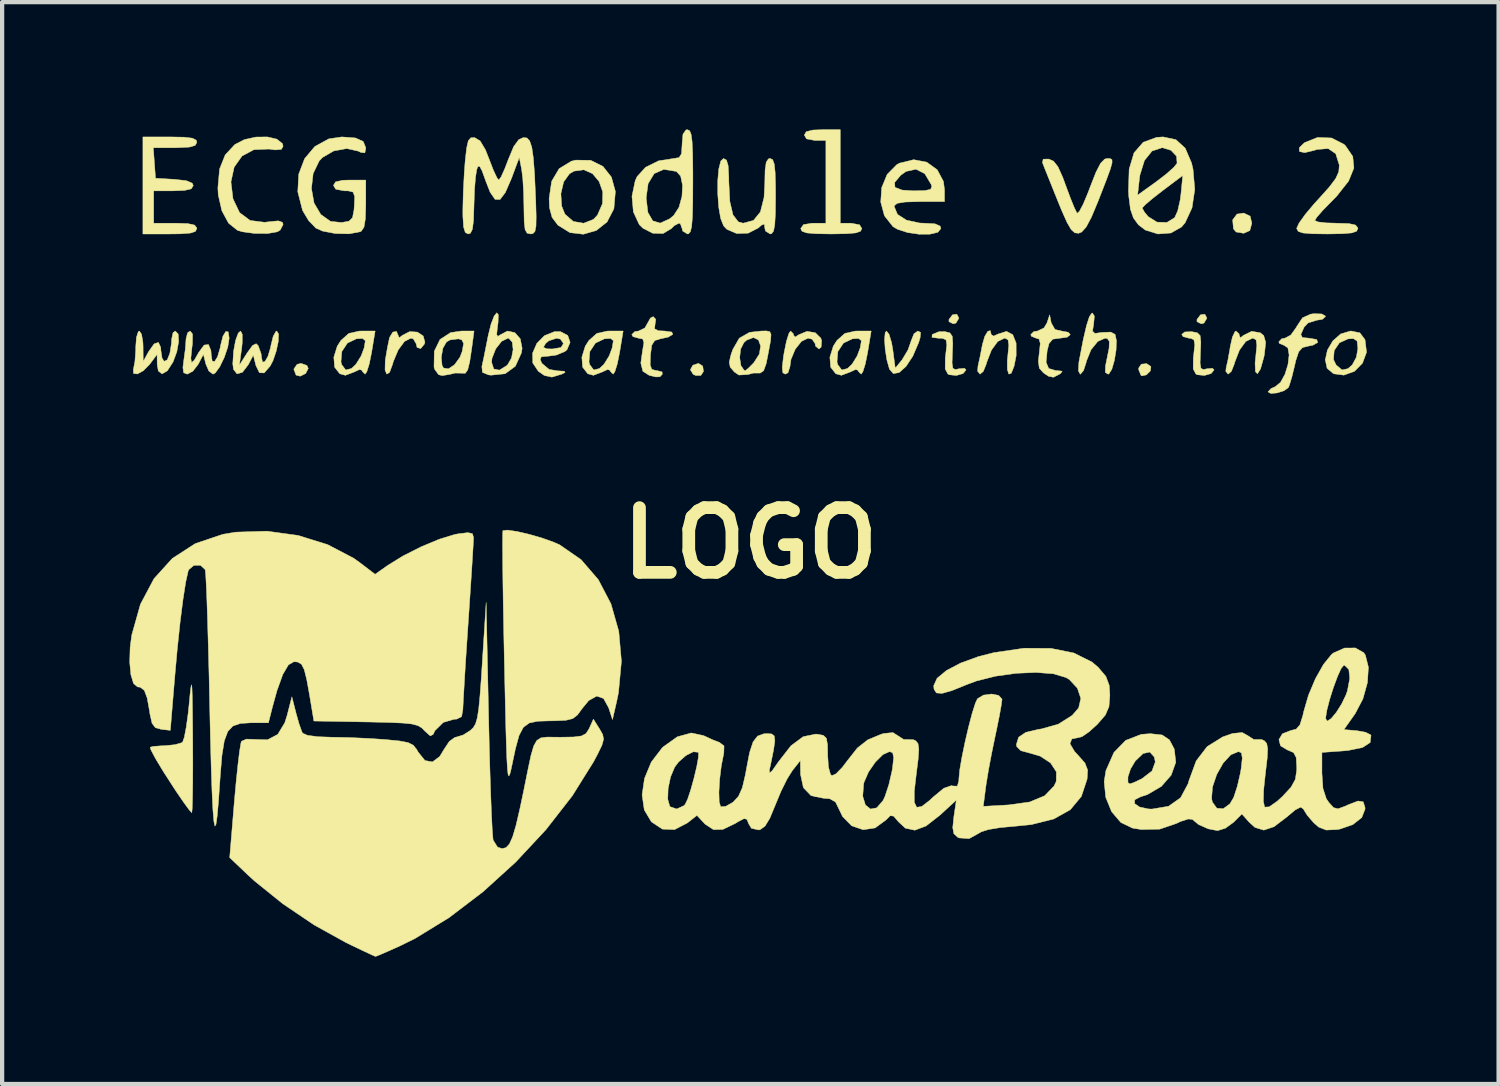
<source format=kicad_pcb>
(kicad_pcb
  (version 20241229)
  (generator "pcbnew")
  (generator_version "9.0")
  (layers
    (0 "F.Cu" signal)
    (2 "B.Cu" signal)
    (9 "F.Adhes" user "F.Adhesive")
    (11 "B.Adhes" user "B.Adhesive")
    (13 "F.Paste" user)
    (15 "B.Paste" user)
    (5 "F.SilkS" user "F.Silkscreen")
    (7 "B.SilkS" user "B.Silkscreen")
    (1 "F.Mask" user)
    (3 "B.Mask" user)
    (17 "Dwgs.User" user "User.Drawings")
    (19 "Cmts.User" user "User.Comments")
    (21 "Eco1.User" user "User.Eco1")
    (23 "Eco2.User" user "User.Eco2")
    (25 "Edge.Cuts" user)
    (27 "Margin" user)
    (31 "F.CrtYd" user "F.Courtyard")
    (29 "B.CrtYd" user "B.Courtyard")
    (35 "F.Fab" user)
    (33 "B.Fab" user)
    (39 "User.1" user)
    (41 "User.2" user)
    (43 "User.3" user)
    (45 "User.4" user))
  (footprint "LOGO"
    (layer "F.Cu")
    (at 14.625 9.742)
    (property "Reference" "LOGO" (at 0 0 0) (layer "F.SilkS") (effects (font (size 1.524 1.524) (thickness 0.3))))
    (attr through_hole)
    (fp_poly (pts (xy 4.911 -5.299) (xy 4.842 -5.182) (xy 4.777 -5.165) (xy 4.678 -5.214) (xy 4.676 -5.265) (xy 4.76 -5.377) (xy 4.862 -5.391) (xy 4.911 -5.299)) (stroke (width 0.01) (type solid)) (fill yes) (layer "F.SilkS"))
    (fp_poly (pts (xy 10.753 -5.299) (xy 10.684 -5.182) (xy 10.619 -5.165) (xy 10.52 -5.214) (xy 10.518 -5.265) (xy 10.602 -5.377) (xy 10.704 -5.391) (xy 10.753 -5.299)) (stroke (width 0.01) (type solid)) (fill yes) (layer "F.SilkS"))
    (fp_poly (pts (xy -10.446 -4.184) (xy -10.414 -4.115) (xy -10.475 -3.995) (xy -10.603 -3.931) (xy -10.702 -3.957) (xy -10.755 -4.097) (xy -10.678 -4.21) (xy -10.583 -4.233) (xy -10.446 -4.184)) (stroke (width 0.01) (type solid)) (fill yes) (layer "F.SilkS"))
    (fp_poly (pts (xy -1.123 -4.17) (xy -1.105 -4.042) (xy -1.168 -3.948) (xy -1.291 -3.949) (xy -1.348 -3.975) (xy -1.414 -4.083) (xy -1.355 -4.19) (xy -1.223 -4.233) (xy -1.123 -4.17)) (stroke (width 0.01) (type solid)) (fill yes) (layer "F.SilkS"))
    (fp_poly (pts (xy 9.434 -4.158) (xy 9.422 -4.056) (xy 9.327 -3.962) (xy 9.221 -3.938) (xy 9.2 -3.952) (xy 9.147 -4.079) (xy 9.144 -4.12) (xy 9.207 -4.214) (xy 9.335 -4.227) (xy 9.434 -4.158)) (stroke (width 0.01) (type solid)) (fill yes) (layer "F.SilkS"))
    (fp_poly (pts (xy 11.771 -7.701) (xy 11.811 -7.535) (xy 11.764 -7.361) (xy 11.62 -7.297) (xy 11.442 -7.327) (xy 11.378 -7.402) (xy 11.359 -7.612) (xy 11.461 -7.749) (xy 11.62 -7.774) (xy 11.771 -7.701)) (stroke (width 0.01) (type solid)) (fill yes) (layer "F.SilkS"))
    (fp_poly (pts (xy 4.009 -4.962) (xy 3.998 -4.837) (xy 3.962 -4.72) (xy 3.825 -4.401) (xy 3.665 -4.16) (xy 3.505 -4.017) (xy 3.367 -3.992) (xy 3.276 -4.096) (xy 3.215 -4.313) (xy 3.175 -4.565) (xy 3.16 -4.797) (xy 3.174 -4.956) (xy 3.205 -4.995) (xy 3.266 -4.919) (xy 3.325 -4.724) (xy 3.354 -4.557) (xy 3.412 -4.12) (xy 3.574 -4.319) (xy 3.713 -4.552) (xy 3.784 -4.757) (xy 3.852 -4.929) (xy 3.943 -4.995) (xy 4.009 -4.962)) (stroke (width 0.01) (type solid)) (fill yes) (layer "F.SilkS"))
    (fp_poly (pts (xy 2.117 -7.535) (xy 2.371 -7.535) (xy 2.572 -7.497) (xy 2.625 -7.408) (xy 2.594 -7.345) (xy 2.482 -7.306) (xy 2.26 -7.287) (xy 1.905 -7.281) (xy 1.545 -7.287) (xy 1.325 -7.306) (xy 1.215 -7.346) (xy 1.185 -7.408) (xy 1.25 -7.502) (xy 1.455 -7.535) (xy 1.482 -7.535) (xy 1.778 -7.535) (xy 1.778 -9.483) (xy 1.524 -9.483) (xy 1.322 -9.521) (xy 1.27 -9.61) (xy 1.315 -9.69) (xy 1.472 -9.729) (xy 1.693 -9.737) (xy 2.117 -9.737) (xy 2.117 -7.535)) (stroke (width 0.01) (type solid)) (fill yes) (layer "F.SilkS"))
    (fp_poly (pts (xy 10.527 -4.954) (xy 10.593 -4.888) (xy 10.61 -4.736) (xy 10.601 -4.502) (xy 10.592 -4.243) (xy 10.611 -4.117) (xy 10.671 -4.087) (xy 10.749 -4.105) (xy 10.885 -4.117) (xy 10.922 -4.08) (xy 10.852 -3.993) (xy 10.694 -3.948) (xy 10.529 -3.965) (xy 10.495 -3.981) (xy 10.43 -4.101) (xy 10.432 -4.351) (xy 10.442 -4.437) (xy 10.467 -4.674) (xy 10.447 -4.789) (xy 10.37 -4.824) (xy 10.328 -4.826) (xy 10.191 -4.864) (xy 10.16 -4.916) (xy 10.232 -4.973) (xy 10.393 -4.98) (xy 10.527 -4.954)) (stroke (width 0.01) (type solid)) (fill yes) (layer "F.SilkS"))
    (fp_poly (pts (xy 4.699 -4.951) (xy 4.755 -4.871) (xy 4.767 -4.699) (xy 4.759 -4.502) (xy 4.75 -4.243) (xy 4.769 -4.117) (xy 4.829 -4.087) (xy 4.907 -4.105) (xy 5.043 -4.117) (xy 5.08 -4.08) (xy 5.01 -3.993) (xy 4.852 -3.948) (xy 4.687 -3.965) (xy 4.653 -3.981) (xy 4.588 -4.101) (xy 4.59 -4.351) (xy 4.6 -4.437) (xy 4.627 -4.673) (xy 4.608 -4.787) (xy 4.523 -4.823) (xy 4.426 -4.826) (xy 4.277 -4.845) (xy 4.281 -4.906) (xy 4.291 -4.918) (xy 4.441 -4.979) (xy 4.583 -4.981) (xy 4.699 -4.951)) (stroke (width 0.01) (type solid)) (fill yes) (layer "F.SilkS"))
    (fp_poly (pts (xy -8.297 -4.894) (xy -8.272 -4.835) (xy -8.196 -4.894) (xy -8.026 -4.982) (xy -7.845 -4.97) (xy -7.707 -4.879) (xy -7.666 -4.733) (xy -7.678 -4.689) (xy -7.766 -4.582) (xy -7.851 -4.607) (xy -7.874 -4.699) (xy -7.941 -4.811) (xy -7.999 -4.826) (xy -8.147 -4.75) (xy -8.294 -4.552) (xy -8.41 -4.278) (xy -8.428 -4.212) (xy -8.499 -4.02) (xy -8.566 -3.98) (xy -8.606 -4.078) (xy -8.601 -4.299) (xy -8.595 -4.339) (xy -8.55 -4.601) (xy -8.507 -4.809) (xy -8.497 -4.847) (xy -8.423 -4.969) (xy -8.336 -4.987) (xy -8.297 -4.894)) (stroke (width 0.01) (type solid)) (fill yes) (layer "F.SilkS"))
    (fp_poly (pts (xy 1.013 -4.929) (xy 1.016 -4.9) (xy 1.054 -4.853) (xy 1.138 -4.907) (xy 1.333 -4.988) (xy 1.529 -4.955) (xy 1.66 -4.826) (xy 1.678 -4.763) (xy 1.666 -4.615) (xy 1.615 -4.572) (xy 1.534 -4.64) (xy 1.524 -4.699) (xy 1.454 -4.802) (xy 1.357 -4.826) (xy 1.203 -4.752) (xy 1.057 -4.567) (xy 0.956 -4.327) (xy 0.931 -4.153) (xy 0.886 -4.013) (xy 0.821 -3.979) (xy 0.764 -4.013) (xy 0.75 -4.137) (xy 0.778 -4.383) (xy 0.795 -4.487) (xy 0.849 -4.754) (xy 0.907 -4.938) (xy 0.947 -4.995) (xy 1.013 -4.929)) (stroke (width 0.01) (type solid)) (fill yes) (layer "F.SilkS"))
    (fp_poly (pts (xy 14.356 -4.952) (xy 14.473 -4.797) (xy 14.478 -4.784) (xy 14.513 -4.496) (xy 14.418 -4.238) (xy 14.229 -4.046) (xy 13.977 -3.956) (xy 13.737 -3.988) (xy 13.584 -4.116) (xy 13.541 -4.316) (xy 13.543 -4.324) (xy 13.734 -4.324) (xy 13.796 -4.196) (xy 13.936 -4.078) (xy 14.073 -4.108) (xy 14.176 -4.197) (xy 14.273 -4.377) (xy 14.309 -4.584) (xy 14.29 -4.76) (xy 14.203 -4.817) (xy 14.077 -4.81) (xy 13.874 -4.718) (xy 13.751 -4.536) (xy 13.734 -4.324) (xy 13.543 -4.324) (xy 13.591 -4.545) (xy 13.718 -4.762) (xy 13.904 -4.926) (xy 14.133 -4.995) (xy 14.148 -4.995) (xy 14.356 -4.952)) (stroke (width 0.01) (type solid)) (fill yes) (layer "F.SilkS"))
    (fp_poly (pts (xy 5.673 -4.91) (xy 5.729 -4.876) (xy 5.831 -4.923) (xy 6.033 -4.987) (xy 6.18 -4.909) (xy 6.259 -4.711) (xy 6.26 -4.414) (xy 6.212 -4.17) (xy 6.145 -4.001) (xy 6.087 -3.98) (xy 6.052 -4.089) (xy 6.051 -4.306) (xy 6.062 -4.403) (xy 6.087 -4.657) (xy 6.07 -4.784) (xy 6.005 -4.825) (xy 5.982 -4.826) (xy 5.826 -4.749) (xy 5.678 -4.546) (xy 5.566 -4.258) (xy 5.554 -4.212) (xy 5.486 -4.044) (xy 5.408 -3.979) (xy 5.352 -4.048) (xy 5.361 -4.17) (xy 5.408 -4.383) (xy 5.46 -4.65) (xy 5.465 -4.678) (xy 5.52 -4.868) (xy 5.591 -4.987) (xy 5.651 -5.005) (xy 5.673 -4.91)) (stroke (width 0.01) (type solid)) (fill yes) (layer "F.SilkS"))
    (fp_poly (pts (xy -13.339 -9.561) (xy -13.142 -9.537) (xy -13.053 -9.489) (xy -13.039 -9.44) (xy -13.077 -9.367) (xy -13.215 -9.327) (xy -13.483 -9.314) (xy -13.552 -9.313) (xy -14.064 -9.313) (xy -14.038 -8.954) (xy -14.012 -8.594) (xy -13.568 -8.568) (xy -13.284 -8.536) (xy -13.146 -8.476) (xy -13.123 -8.42) (xy -13.17 -8.345) (xy -13.328 -8.307) (xy -13.589 -8.297) (xy -14.055 -8.297) (xy -14.055 -7.535) (xy -13.547 -7.535) (xy -13.252 -7.526) (xy -13.093 -7.491) (xy -13.04 -7.424) (xy -13.039 -7.408) (xy -13.072 -7.341) (xy -13.192 -7.302) (xy -13.43 -7.284) (xy -13.674 -7.281) (xy -14.309 -7.281) (xy -14.309 -9.567) (xy -13.674 -9.567) (xy -13.339 -9.561)) (stroke (width 0.01) (type solid)) (fill yes) (layer "F.SilkS"))
    (fp_poly (pts (xy -13.153 3.412) (xy -13.146 3.62) (xy -13.141 3.972) (xy -13.136 4.479) (xy -13.135 4.678) (xy -13.133 5.189) (xy -13.135 5.637) (xy -13.14 5.997) (xy -13.147 6.242) (xy -13.157 6.348) (xy -13.159 6.35) (xy -13.219 6.284) (xy -13.346 6.11) (xy -13.517 5.861) (xy -13.571 5.779) (xy -13.829 5.379) (xy -14.015 5.07) (xy -14.12 4.871) (xy -14.139 4.809) (xy -14.064 4.789) (xy -13.876 4.775) (xy -13.794 4.772) (xy -13.558 4.749) (xy -13.396 4.703) (xy -13.374 4.687) (xy -13.334 4.575) (xy -13.288 4.334) (xy -13.243 4.008) (xy -13.222 3.809) (xy -13.197 3.547) (xy -13.177 3.387) (xy -13.163 3.338) (xy -13.153 3.412)) (stroke (width 0.01) (type solid)) (fill yes) (layer "F.SilkS"))
    (fp_poly (pts (xy -8.923 -4.487) (xy -8.977 -4.22) (xy -9.035 -4.036) (xy -9.075 -3.979) (xy -9.142 -4.044) (xy -9.144 -4.066) (xy -9.203 -4.09) (xy -9.335 -4.029) (xy -9.54 -3.952) (xy -9.673 -3.989) (xy -9.793 -4.143) (xy -9.803 -4.268) (xy -9.644 -4.268) (xy -9.625 -4.201) (xy -9.531 -4.077) (xy -9.397 -4.112) (xy -9.291 -4.212) (xy -9.169 -4.408) (xy -9.097 -4.6) (xy -9.07 -4.767) (xy -9.134 -4.82) (xy -9.28 -4.812) (xy -9.491 -4.712) (xy -9.624 -4.511) (xy -9.644 -4.268) (xy -9.803 -4.268) (xy -9.812 -4.378) (xy -9.731 -4.639) (xy -9.646 -4.772) (xy -9.459 -4.939) (xy -9.211 -4.994) (xy -9.155 -4.995) (xy -8.839 -4.995) (xy -8.923 -4.487)) (stroke (width 0.01) (type solid)) (fill yes) (layer "F.SilkS"))
    (fp_poly (pts (xy -6.563 -4.593) (xy -6.612 -4.266) (xy -6.659 -4.079) (xy -6.715 -4) (xy -6.793 -4.002) (xy -6.795 -4.002) (xy -6.955 -4.005) (xy -7.077 -3.975) (xy -7.256 -3.945) (xy -7.343 -3.966) (xy -7.437 -4.093) (xy -7.452 -4.149) (xy -7.448 -4.374) (xy -7.281 -4.374) (xy -7.262 -4.183) (xy -7.228 -4.123) (xy -7.111 -4.105) (xy -6.968 -4.202) (xy -6.841 -4.378) (xy -6.79 -4.51) (xy -6.755 -4.701) (xy -6.798 -4.787) (xy -6.878 -4.811) (xy -7.076 -4.785) (xy -7.159 -4.737) (xy -7.244 -4.588) (xy -7.281 -4.374) (xy -7.448 -4.374) (xy -7.445 -4.521) (xy -7.311 -4.796) (xy -7.062 -4.958) (xy -6.81 -4.995) (xy -6.509 -4.995) (xy -6.563 -4.593)) (stroke (width 0.01) (type solid)) (fill yes) (layer "F.SilkS"))
    (fp_poly (pts (xy -3.081 -4.487) (xy -3.135 -4.22) (xy -3.193 -4.036) (xy -3.233 -3.979) (xy -3.3 -4.044) (xy -3.302 -4.066) (xy -3.361 -4.09) (xy -3.493 -4.029) (xy -3.698 -3.952) (xy -3.831 -3.989) (xy -3.951 -4.143) (xy -3.961 -4.268) (xy -3.802 -4.268) (xy -3.783 -4.201) (xy -3.689 -4.077) (xy -3.555 -4.112) (xy -3.449 -4.212) (xy -3.327 -4.408) (xy -3.255 -4.6) (xy -3.228 -4.767) (xy -3.292 -4.82) (xy -3.438 -4.812) (xy -3.649 -4.712) (xy -3.782 -4.511) (xy -3.802 -4.268) (xy -3.961 -4.268) (xy -3.97 -4.378) (xy -3.889 -4.639) (xy -3.804 -4.772) (xy -3.617 -4.939) (xy -3.369 -4.994) (xy -3.313 -4.995) (xy -2.997 -4.995) (xy -3.081 -4.487)) (stroke (width 0.01) (type solid)) (fill yes) (layer "F.SilkS"))
    (fp_poly (pts (xy 2.761 -4.487) (xy 2.707 -4.22) (xy 2.649 -4.036) (xy 2.609 -3.979) (xy 2.542 -4.044) (xy 2.54 -4.066) (xy 2.481 -4.09) (xy 2.349 -4.029) (xy 2.144 -3.952) (xy 2.011 -3.989) (xy 1.891 -4.143) (xy 1.881 -4.268) (xy 2.04 -4.268) (xy 2.059 -4.201) (xy 2.153 -4.077) (xy 2.287 -4.112) (xy 2.393 -4.212) (xy 2.515 -4.408) (xy 2.587 -4.6) (xy 2.614 -4.767) (xy 2.55 -4.82) (xy 2.404 -4.812) (xy 2.193 -4.712) (xy 2.06 -4.511) (xy 2.04 -4.268) (xy 1.881 -4.268) (xy 1.872 -4.378) (xy 1.953 -4.639) (xy 2.038 -4.772) (xy 2.225 -4.939) (xy 2.473 -4.994) (xy 2.529 -4.995) (xy 2.845 -4.995) (xy 2.761 -4.487)) (stroke (width 0.01) (type solid)) (fill yes) (layer "F.SilkS"))
    (fp_poly (pts (xy 7.086 -5.186) (xy 7.175 -5.031) (xy 7.33 -4.995) (xy 7.486 -4.966) (xy 7.535 -4.911) (xy 7.462 -4.85) (xy 7.291 -4.826) (xy 7.121 -4.803) (xy 7.034 -4.7) (xy 6.99 -4.528) (xy 6.965 -4.258) (xy 7.027 -4.113) (xy 7.191 -4.064) (xy 7.223 -4.063) (xy 7.344 -4.049) (xy 7.31 -3.999) (xy 7.281 -3.979) (xy 7.139 -3.906) (xy 7.021 -3.93) (xy 6.904 -4.009) (xy 6.805 -4.119) (xy 6.782 -4.286) (xy 6.804 -4.474) (xy 6.828 -4.702) (xy 6.799 -4.806) (xy 6.732 -4.826) (xy 6.619 -4.871) (xy 6.604 -4.911) (xy 6.674 -4.981) (xy 6.763 -4.995) (xy 6.915 -5.068) (xy 6.986 -5.186) (xy 7.049 -5.376) (xy 7.086 -5.186)) (stroke (width 0.01) (type solid)) (fill yes) (layer "F.SilkS"))
    (fp_poly (pts (xy 11.51 -4.929) (xy 11.515 -4.894) (xy 11.54 -4.835) (xy 11.616 -4.894) (xy 11.808 -4.988) (xy 12.01 -4.954) (xy 12.091 -4.888) (xy 12.137 -4.729) (xy 12.107 -4.442) (xy 12.094 -4.38) (xy 12.016 -4.103) (xy 11.944 -3.989) (xy 11.895 -4.036) (xy 11.887 -4.242) (xy 11.904 -4.403) (xy 11.929 -4.657) (xy 11.912 -4.784) (xy 11.847 -4.825) (xy 11.824 -4.826) (xy 11.668 -4.749) (xy 11.52 -4.546) (xy 11.408 -4.258) (xy 11.396 -4.212) (xy 11.329 -4.044) (xy 11.253 -3.979) (xy 11.198 -4.045) (xy 11.206 -4.128) (xy 11.246 -4.303) (xy 11.292 -4.558) (xy 11.304 -4.636) (xy 11.354 -4.855) (xy 11.415 -4.982) (xy 11.437 -4.995) (xy 11.51 -4.929)) (stroke (width 0.01) (type solid)) (fill yes) (layer "F.SilkS"))
    (fp_poly (pts (xy -11.152 -9.514) (xy -11.022 -9.409) (xy -11.007 -9.346) (xy -11.048 -9.273) (xy -11.194 -9.261) (xy -11.344 -9.281) (xy -11.696 -9.266) (xy -11.974 -9.117) (xy -12.159 -8.856) (xy -12.235 -8.509) (xy -12.187 -8.109) (xy -12.032 -7.784) (xy -11.783 -7.599) (xy -11.442 -7.556) (xy -11.344 -7.568) (xy -11.119 -7.59) (xy -11.02 -7.554) (xy -11.007 -7.503) (xy -11.075 -7.373) (xy -11.141 -7.333) (xy -11.37 -7.292) (xy -11.673 -7.293) (xy -11.963 -7.332) (xy -12.082 -7.367) (xy -12.292 -7.536) (xy -12.449 -7.827) (xy -12.534 -8.2) (xy -12.543 -8.366) (xy -12.503 -8.811) (xy -12.371 -9.143) (xy -12.145 -9.387) (xy -11.919 -9.504) (xy -11.647 -9.564) (xy -11.376 -9.567) (xy -11.152 -9.514)) (stroke (width 0.01) (type solid)) (fill yes) (layer "F.SilkS"))
    (fp_poly (pts (xy -4.302 -4.891) (xy -4.246 -4.729) (xy -4.318 -4.558) (xy -4.367 -4.514) (xy -4.567 -4.43) (xy -4.76 -4.403) (xy -4.924 -4.389) (xy -4.951 -4.323) (xy -4.911 -4.233) (xy -4.741 -4.091) (xy -4.548 -4.058) (xy -4.38 -4.048) (xy -4.365 -4.019) (xy -4.445 -3.979) (xy -4.675 -3.909) (xy -4.854 -3.948) (xy -4.996 -4.048) (xy -5.126 -4.243) (xy -5.13 -4.476) (xy -5.07 -4.612) (xy -4.875 -4.612) (xy -4.801 -4.577) (xy -4.667 -4.572) (xy -4.461 -4.607) (xy -4.403 -4.699) (xy -4.473 -4.804) (xy -4.562 -4.826) (xy -4.749 -4.765) (xy -4.826 -4.699) (xy -4.875 -4.612) (xy -5.07 -4.612) (xy -5.03 -4.704) (xy -4.851 -4.886) (xy -4.615 -4.981) (xy -4.472 -4.981) (xy -4.302 -4.891)) (stroke (width 0.01) (type solid)) (fill yes) (layer "F.SilkS"))
    (fp_poly (pts (xy 8.102 -5.347) (xy 8.086 -5.165) (xy 8.059 -4.992) (xy 8.115 -4.939) (xy 8.281 -4.962) (xy 8.49 -4.97) (xy 8.591 -4.915) (xy 8.622 -4.768) (xy 8.613 -4.543) (xy 8.573 -4.299) (xy 8.513 -4.094) (xy 8.444 -3.985) (xy 8.425 -3.979) (xy 8.36 -4.021) (xy 8.363 -4.168) (xy 8.389 -4.297) (xy 8.448 -4.588) (xy 8.455 -4.75) (xy 8.408 -4.817) (xy 8.353 -4.826) (xy 8.182 -4.75) (xy 8.024 -4.555) (xy 7.916 -4.289) (xy 7.907 -4.249) (xy 7.847 -4.064) (xy 7.775 -3.98) (xy 7.769 -3.979) (xy 7.726 -4.054) (xy 7.737 -4.254) (xy 7.744 -4.297) (xy 7.839 -4.788) (xy 7.918 -5.127) (xy 7.984 -5.331) (xy 8.041 -5.415) (xy 8.057 -5.419) (xy 8.102 -5.347)) (stroke (width 0.01) (type solid)) (fill yes) (layer "F.SilkS"))
    (fp_poly (pts (xy -2.228 -5.269) (xy -2.244 -5.165) (xy -2.257 -5.048) (xy -2.168 -5.002) (xy -2.021 -4.995) (xy -1.851 -4.971) (xy -1.828 -4.915) (xy -1.938 -4.851) (xy -2.117 -4.812) (xy -2.254 -4.77) (xy -2.323 -4.661) (xy -2.354 -4.433) (xy -2.354 -4.424) (xy -2.361 -4.197) (xy -2.323 -4.092) (xy -2.223 -4.064) (xy -2.201 -4.064) (xy -2.081 -4.032) (xy -2.074 -3.979) (xy -2.131 -3.917) (xy -2.229 -3.914) (xy -2.385 -3.952) (xy -2.533 -4.047) (xy -2.581 -4.241) (xy -2.542 -4.519) (xy -2.508 -4.722) (xy -2.537 -4.808) (xy -2.634 -4.826) (xy -2.766 -4.863) (xy -2.794 -4.911) (xy -2.724 -4.981) (xy -2.635 -4.995) (xy -2.486 -5.067) (xy -2.431 -5.165) (xy -2.354 -5.302) (xy -2.288 -5.334) (xy -2.228 -5.269)) (stroke (width 0.01) (type solid)) (fill yes) (layer "F.SilkS"))
    (fp_poly (pts (xy 0.457 -4.98) (xy 0.486 -4.913) (xy 0.475 -4.765) (xy 0.427 -4.505) (xy 0.373 -4.229) (xy 0.311 -4.059) (xy 0.229 -4.004) (xy 0.225 -4.005) (xy 0.074 -4.005) (xy -0.061 -3.97) (xy -0.27 -3.958) (xy -0.378 -4.031) (xy -0.475 -4.144) (xy -0.499 -4.258) (xy -0.473 -4.37) (xy -0.252 -4.37) (xy -0.224 -4.181) (xy -0.149 -4.072) (xy -0.116 -4.064) (xy -0.048 -4.119) (xy 0.081 -4.249) (xy 0.211 -4.453) (xy 0.241 -4.644) (xy 0.189 -4.785) (xy 0.073 -4.842) (xy -0.09 -4.779) (xy -0.152 -4.724) (xy -0.229 -4.572) (xy -0.252 -4.37) (xy -0.473 -4.37) (xy -0.457 -4.437) (xy -0.414 -4.561) (xy -0.262 -4.826) (xy -0.021 -4.964) (xy 0.255 -4.995) (xy 0.381 -4.997) (xy 0.457 -4.98)) (stroke (width 0.01) (type solid)) (fill yes) (layer "F.SilkS"))
    (fp_poly (pts (xy -11.113 -4.925) (xy -11.12 -4.75) (xy -11.168 -4.523) (xy -11.245 -4.297) (xy -11.311 -4.17) (xy -11.453 -4.008) (xy -11.564 -4.012) (xy -11.647 -4.183) (xy -11.652 -4.203) (xy -11.709 -4.428) (xy -11.826 -4.203) (xy -11.964 -4.023) (xy -12.092 -3.986) (xy -12.176 -4.092) (xy -12.192 -4.223) (xy -12.174 -4.516) (xy -12.126 -4.774) (xy -12.062 -4.948) (xy -12.007 -4.995) (xy -11.969 -4.919) (xy -11.969 -4.72) (xy -11.982 -4.593) (xy -12.037 -4.191) (xy -11.853 -4.48) (xy -11.725 -4.656) (xy -11.642 -4.696) (xy -11.593 -4.65) (xy -11.525 -4.46) (xy -11.516 -4.377) (xy -11.491 -4.261) (xy -11.433 -4.278) (xy -11.363 -4.401) (xy -11.303 -4.602) (xy -11.292 -4.662) (xy -11.24 -4.871) (xy -11.175 -4.987) (xy -11.156 -4.995) (xy -11.113 -4.925)) (stroke (width 0.01) (type solid)) (fill yes) (layer "F.SilkS"))
    (fp_poly (pts (xy -3.76 -9.016) (xy -3.473 -8.873) (xy -3.273 -8.62) (xy -3.18 -8.283) (xy -3.214 -7.887) (xy -3.22 -7.865) (xy -3.376 -7.564) (xy -3.629 -7.363) (xy -3.935 -7.275) (xy -4.25 -7.312) (xy -4.532 -7.487) (xy -4.534 -7.489) (xy -4.671 -7.671) (xy -4.732 -7.897) (xy -4.741 -8.113) (xy -4.724 -8.231) (xy -4.464 -8.231) (xy -4.446 -7.94) (xy -4.369 -7.749) (xy -4.172 -7.576) (xy -3.929 -7.534) (xy -3.698 -7.624) (xy -3.603 -7.724) (xy -3.484 -7.996) (xy -3.477 -8.271) (xy -3.563 -8.516) (xy -3.718 -8.701) (xy -3.923 -8.793) (xy -4.156 -8.761) (xy -4.261 -8.699) (xy -4.399 -8.507) (xy -4.464 -8.231) (xy -4.724 -8.231) (xy -4.681 -8.523) (xy -4.504 -8.821) (xy -4.218 -8.995) (xy -4.113 -9.021) (xy -3.76 -9.016)) (stroke (width 0.01) (type solid)) (fill yes) (layer "F.SilkS"))
    (fp_poly (pts (xy -13.478 -4.925) (xy -13.467 -4.745) (xy -13.511 -4.504) (xy -13.599 -4.267) (xy -13.733 -4.058) (xy -13.858 -3.985) (xy -13.946 -4.053) (xy -13.973 -4.212) (xy -13.975 -4.445) (xy -14.149 -4.212) (xy -14.297 -4.061) (xy -14.437 -3.984) (xy -14.53 -3.994) (xy -14.535 -4.099) (xy -14.529 -4.113) (xy -14.497 -4.278) (xy -14.479 -4.53) (xy -14.478 -4.621) (xy -14.461 -4.846) (xy -14.418 -4.979) (xy -14.393 -4.995) (xy -14.341 -4.92) (xy -14.309 -4.73) (xy -14.305 -4.636) (xy -14.302 -4.276) (xy -14.176 -4.508) (xy -14.044 -4.693) (xy -13.943 -4.727) (xy -13.89 -4.611) (xy -13.885 -4.535) (xy -13.858 -4.358) (xy -13.81 -4.282) (xy -13.737 -4.314) (xy -13.674 -4.469) (xy -13.637 -4.701) (xy -13.632 -4.805) (xy -13.6 -4.954) (xy -13.547 -4.995) (xy -13.478 -4.925)) (stroke (width 0.01) (type solid)) (fill yes) (layer "F.SilkS"))
    (fp_poly (pts (xy 8.477 -9.056) (xy 8.517 -9.031) (xy 8.519 -8.957) (xy 8.478 -8.809) (xy 8.388 -8.563) (xy 8.244 -8.192) (xy 8.186 -8.043) (xy 8.032 -7.675) (xy 7.909 -7.444) (xy 7.802 -7.326) (xy 7.731 -7.298) (xy 7.641 -7.308) (xy 7.555 -7.385) (xy 7.457 -7.555) (xy 7.328 -7.844) (xy 7.24 -8.06) (xy 7.101 -8.406) (xy 6.983 -8.699) (xy 6.903 -8.9) (xy 6.879 -8.961) (xy 6.896 -9.043) (xy 7.026 -9.046) (xy 7.141 -8.996) (xy 7.244 -8.865) (xy 7.355 -8.62) (xy 7.427 -8.424) (xy 7.537 -8.128) (xy 7.631 -7.896) (xy 7.692 -7.774) (xy 7.696 -7.768) (xy 7.749 -7.813) (xy 7.84 -7.985) (xy 7.952 -8.252) (xy 8.001 -8.382) (xy 8.139 -8.734) (xy 8.249 -8.947) (xy 8.346 -9.045) (xy 8.405 -9.059) (xy 8.477 -9.056)) (stroke (width 0.01) (type solid)) (fill yes) (layer "F.SilkS"))
    (fp_poly (pts (xy -13.14 -4.923) (xy -13.142 -4.7) (xy -13.153 -4.614) (xy -13.18 -4.352) (xy -13.163 -4.251) (xy -13.098 -4.308) (xy -12.995 -4.49) (xy -12.867 -4.664) (xy -12.764 -4.677) (xy -12.706 -4.533) (xy -12.7 -4.435) (xy -12.677 -4.286) (xy -12.62 -4.277) (xy -12.551 -4.388) (xy -12.49 -4.596) (xy -12.478 -4.662) (xy -12.423 -4.876) (xy -12.355 -4.986) (xy -12.299 -4.974) (xy -12.277 -4.828) (xy -12.309 -4.619) (xy -12.391 -4.376) (xy -12.498 -4.154) (xy -12.604 -4.008) (xy -12.658 -3.979) (xy -12.755 -4.052) (xy -12.825 -4.212) (xy -12.884 -4.445) (xy -13.006 -4.212) (xy -13.133 -4.048) (xy -13.264 -3.979) (xy -13.349 -4.012) (xy -13.367 -4.136) (xy -13.347 -4.297) (xy -13.311 -4.562) (xy -13.294 -4.787) (xy -13.294 -4.805) (xy -13.257 -4.953) (xy -13.196 -4.995) (xy -13.14 -4.923)) (stroke (width 0.01) (type solid)) (fill yes) (layer "F.SilkS"))
    (fp_poly (pts (xy -5.937 -5.379) (xy -5.943 -5.194) (xy -5.955 -5.108) (xy -5.976 -4.915) (xy -5.949 -4.866) (xy -5.907 -4.897) (xy -5.722 -4.995) (xy -5.548 -4.957) (xy -5.42 -4.811) (xy -5.377 -4.589) (xy -5.393 -4.48) (xy -5.536 -4.165) (xy -5.777 -3.989) (xy -6.109 -3.955) (xy -6.167 -3.962) (xy -6.312 -4.021) (xy -6.325 -4.159) (xy -6.321 -4.177) (xy -6.304 -4.257) (xy -6.096 -4.257) (xy -6.044 -4.101) (xy -5.912 -4.074) (xy -5.735 -4.183) (xy -5.721 -4.197) (xy -5.627 -4.359) (xy -5.589 -4.559) (xy -5.61 -4.734) (xy -5.691 -4.824) (xy -5.71 -4.826) (xy -5.86 -4.753) (xy -5.999 -4.575) (xy -6.086 -4.353) (xy -6.096 -4.257) (xy -6.304 -4.257) (xy -6.282 -4.356) (xy -6.226 -4.635) (xy -6.176 -4.889) (xy -6.107 -5.165) (xy -6.035 -5.349) (xy -5.973 -5.425) (xy -5.937 -5.379)) (stroke (width 0.01) (type solid)) (fill yes) (layer "F.SilkS"))
    (fp_poly (pts (xy 0.524 -9.032) (xy 0.561 -8.932) (xy 0.583 -8.732) (xy 0.592 -8.405) (xy 0.593 -8.17) (xy 0.589 -7.764) (xy 0.574 -7.5) (xy 0.546 -7.351) (xy 0.499 -7.288) (xy 0.466 -7.281) (xy 0.356 -7.35) (xy 0.339 -7.421) (xy 0.327 -7.514) (xy 0.261 -7.489) (xy 0.184 -7.421) (xy -0.053 -7.3) (xy -0.322 -7.291) (xy -0.555 -7.391) (xy -0.63 -7.47) (xy -0.7 -7.645) (xy -0.746 -7.911) (xy -0.769 -8.223) (xy -0.769 -8.537) (xy -0.745 -8.811) (xy -0.697 -8.999) (xy -0.635 -9.059) (xy -0.563 -9.022) (xy -0.524 -8.89) (xy -0.509 -8.631) (xy -0.508 -8.515) (xy -0.484 -8.045) (xy -0.41 -7.731) (xy -0.284 -7.566) (xy -0.171 -7.535) (xy 0.072 -7.6) (xy 0.235 -7.799) (xy 0.321 -8.139) (xy 0.339 -8.467) (xy 0.346 -8.789) (xy 0.373 -8.973) (xy 0.426 -9.051) (xy 0.466 -9.059) (xy 0.524 -9.032)) (stroke (width 0.01) (type solid)) (fill yes) (layer "F.SilkS"))
    (fp_poly (pts (xy 13.461 -5.397) (xy 13.546 -5.345) (xy 13.547 -5.339) (xy 13.474 -5.271) (xy 13.338 -5.249) (xy 13.135 -5.185) (xy 13.042 -5.086) (xy 12.965 -4.913) (xy 13.002 -4.841) (xy 13.166 -4.826) (xy 13.339 -4.795) (xy 13.365 -4.726) (xy 13.247 -4.66) (xy 13.146 -4.641) (xy 13.004 -4.605) (xy 12.915 -4.507) (xy 12.848 -4.305) (xy 12.819 -4.18) (xy 12.755 -3.917) (xy 12.696 -3.721) (xy 12.67 -3.661) (xy 12.568 -3.588) (xy 12.406 -3.537) (xy 12.257 -3.524) (xy 12.192 -3.562) (xy 12.262 -3.639) (xy 12.359 -3.682) (xy 12.487 -3.786) (xy 12.592 -3.977) (xy 12.663 -4.209) (xy 12.689 -4.432) (xy 12.66 -4.597) (xy 12.573 -4.657) (xy 12.46 -4.702) (xy 12.446 -4.741) (xy 12.516 -4.814) (xy 12.594 -4.828) (xy 12.729 -4.901) (xy 12.858 -5.08) (xy 12.869 -5.103) (xy 13.004 -5.306) (xy 13.194 -5.392) (xy 13.271 -5.403) (xy 13.461 -5.397)) (stroke (width 0.01) (type solid)) (fill yes) (layer "F.SilkS"))
    (fp_poly (pts (xy 4.154 -8.972) (xy 4.4 -8.794) (xy 4.547 -8.519) (xy 4.572 -8.324) (xy 4.572 -8.043) (xy 3.979 -8.043) (xy 3.647 -8.034) (xy 3.458 -8.003) (xy 3.388 -7.945) (xy 3.387 -7.929) (xy 3.464 -7.743) (xy 3.675 -7.607) (xy 3.985 -7.539) (xy 4.092 -7.535) (xy 4.348 -7.52) (xy 4.468 -7.467) (xy 4.487 -7.408) (xy 4.414 -7.32) (xy 4.226 -7.276) (xy 3.973 -7.275) (xy 3.704 -7.314) (xy 3.466 -7.391) (xy 3.359 -7.454) (xy 3.157 -7.71) (xy 3.07 -8.033) (xy 3.093 -8.374) (xy 3.143 -8.494) (xy 3.397 -8.494) (xy 3.406 -8.379) (xy 3.573 -8.315) (xy 3.85 -8.297) (xy 4.114 -8.304) (xy 4.244 -8.332) (xy 4.273 -8.394) (xy 4.26 -8.445) (xy 4.107 -8.701) (xy 3.901 -8.806) (xy 3.665 -8.754) (xy 3.542 -8.665) (xy 3.397 -8.494) (xy 3.143 -8.494) (xy 3.221 -8.684) (xy 3.447 -8.913) (xy 3.513 -8.949) (xy 3.846 -9.031) (xy 4.154 -8.972)) (stroke (width 0.01) (type solid)) (fill yes) (layer "F.SilkS"))
    (fp_poly (pts (xy 13.689 -9.542) (xy 13.979 -9.394) (xy 14.016 -9.36) (xy 14.189 -9.107) (xy 14.215 -8.834) (xy 14.091 -8.528) (xy 13.813 -8.175) (xy 13.684 -8.043) (xy 13.483 -7.838) (xy 13.342 -7.676) (xy 13.293 -7.599) (xy 13.37 -7.565) (xy 13.57 -7.542) (xy 13.801 -7.535) (xy 14.096 -7.526) (xy 14.254 -7.491) (xy 14.308 -7.424) (xy 14.309 -7.408) (xy 14.278 -7.345) (xy 14.166 -7.306) (xy 13.944 -7.287) (xy 13.589 -7.281) (xy 13.234 -7.286) (xy 13.016 -7.304) (xy 12.905 -7.341) (xy 12.87 -7.403) (xy 12.869 -7.419) (xy 12.924 -7.539) (xy 13.071 -7.744) (xy 13.283 -7.996) (xy 13.382 -8.104) (xy 13.636 -8.387) (xy 13.788 -8.589) (xy 13.859 -8.746) (xy 13.87 -8.893) (xy 13.869 -8.911) (xy 13.787 -9.172) (xy 13.61 -9.293) (xy 13.344 -9.271) (xy 13.277 -9.249) (xy 13.055 -9.196) (xy 12.931 -9.224) (xy 12.93 -9.314) (xy 13.05 -9.431) (xy 13.36 -9.555) (xy 13.689 -9.542)) (stroke (width 0.01) (type solid)) (fill yes) (layer "F.SilkS"))
    (fp_poly (pts (xy -5.496 -0.273) (xy -5.208 -0.206) (xy -4.903 -0.118) (xy -4.627 -0.019) (xy -4.492 0.041) (xy -3.988 0.39) (xy -3.582 0.861) (xy -3.284 1.431) (xy -3.1 2.079) (xy -3.038 2.784) (xy -3.107 3.523) (xy -3.148 3.723) (xy -3.248 4.157) (xy -3.339 3.878) (xy -3.459 3.66) (xy -3.619 3.604) (xy -3.807 3.708) (xy -3.958 3.891) (xy -4.072 4.047) (xy -4.184 4.134) (xy -4.345 4.174) (xy -4.607 4.186) (xy -4.721 4.187) (xy -5.009 4.196) (xy -5.21 4.238) (xy -5.348 4.34) (xy -5.448 4.529) (xy -5.532 4.834) (xy -5.611 5.207) (xy -5.643 5.356) (xy -5.669 5.454) (xy -5.691 5.486) (xy -5.709 5.441) (xy -5.724 5.305) (xy -5.737 5.065) (xy -5.75 4.708) (xy -5.764 4.222) (xy -5.778 3.593) (xy -5.795 2.808) (xy -5.796 2.768) (xy -5.81 2.069) (xy -5.822 1.425) (xy -5.83 0.856) (xy -5.835 0.38) (xy -5.837 0.017) (xy -5.835 -0.214) (xy -5.83 -0.294) (xy -5.719 -0.306) (xy -5.496 -0.273)) (stroke (width 0.01) (type solid)) (fill yes) (layer "F.SilkS"))
    (fp_poly (pts (xy -9.301 -9.542) (xy -9.119 -9.46) (xy -9.059 -9.311) (xy -9.059 -9.301) (xy -9.081 -9.191) (xy -9.177 -9.203) (xy -9.238 -9.233) (xy -9.508 -9.293) (xy -9.813 -9.237) (xy -10.079 -9.083) (xy -10.156 -9.002) (xy -10.299 -8.705) (xy -10.339 -8.353) (xy -10.278 -8.01) (xy -10.119 -7.74) (xy -10.116 -7.738) (xy -9.89 -7.578) (xy -9.63 -7.551) (xy -9.629 -7.551) (xy -9.456 -7.582) (xy -9.372 -7.663) (xy -9.337 -7.846) (xy -9.33 -7.938) (xy -9.321 -8.163) (xy -9.358 -8.267) (xy -9.471 -8.296) (xy -9.562 -8.297) (xy -9.766 -8.334) (xy -9.821 -8.424) (xy -9.771 -8.508) (xy -9.602 -8.546) (xy -9.44 -8.551) (xy -9.059 -8.551) (xy -9.059 -7.968) (xy -9.069 -7.638) (xy -9.101 -7.443) (xy -9.164 -7.348) (xy -9.193 -7.333) (xy -9.454 -7.284) (xy -9.774 -7.291) (xy -10.071 -7.347) (xy -10.235 -7.419) (xy -10.405 -7.595) (xy -10.545 -7.829) (xy -10.55 -7.84) (xy -10.661 -8.275) (xy -10.639 -8.69) (xy -10.5 -9.055) (xy -10.259 -9.342) (xy -9.932 -9.521) (xy -9.625 -9.567) (xy -9.301 -9.542)) (stroke (width 0.01) (type solid)) (fill yes) (layer "F.SilkS"))
    (fp_poly (pts (xy -1.431 -9.713) (xy -1.396 -9.627) (xy -1.373 -9.455) (xy -1.36 -9.172) (xy -1.355 -8.754) (xy -1.355 -8.509) (xy -1.357 -8.021) (xy -1.366 -7.679) (xy -1.384 -7.458) (xy -1.413 -7.335) (xy -1.456 -7.286) (xy -1.482 -7.281) (xy -1.594 -7.349) (xy -1.609 -7.408) (xy -1.649 -7.521) (xy -1.683 -7.535) (xy -1.793 -7.477) (xy -1.863 -7.408) (xy -2.056 -7.292) (xy -2.3 -7.298) (xy -2.534 -7.418) (xy -2.619 -7.504) (xy -2.757 -7.802) (xy -2.786 -8.132) (xy -2.455 -8.132) (xy -2.415 -7.79) (xy -2.3 -7.59) (xy -2.124 -7.537) (xy -1.899 -7.64) (xy -1.805 -7.719) (xy -1.682 -7.909) (xy -1.612 -8.164) (xy -1.598 -8.427) (xy -1.643 -8.644) (xy -1.743 -8.754) (xy -2.04 -8.802) (xy -2.266 -8.703) (xy -2.409 -8.467) (xy -2.455 -8.132) (xy -2.786 -8.132) (xy -2.79 -8.166) (xy -2.714 -8.531) (xy -2.67 -8.631) (xy -2.47 -8.852) (xy -2.162 -9.004) (xy -1.808 -9.059) (xy -1.679 -9.08) (xy -1.622 -9.174) (xy -1.609 -9.387) (xy -1.609 -9.398) (xy -1.588 -9.633) (xy -1.518 -9.731) (xy -1.482 -9.737) (xy -1.431 -9.713)) (stroke (width 0.01) (type solid)) (fill yes) (layer "F.SilkS"))
    (fp_poly (pts (xy 10.022 -9.503) (xy 10.242 -9.302) (xy 10.391 -8.955) (xy 10.426 -8.805) (xy 10.467 -8.331) (xy 10.402 -7.896) (xy 10.24 -7.546) (xy 10.156 -7.446) (xy 9.905 -7.304) (xy 9.6 -7.281) (xy 9.303 -7.373) (xy 9.14 -7.497) (xy 9.022 -7.658) (xy 8.951 -7.863) (xy 8.948 -7.892) (xy 9.229 -7.892) (xy 9.279 -7.8) (xy 9.369 -7.69) (xy 9.577 -7.56) (xy 9.81 -7.553) (xy 9.993 -7.665) (xy 10.064 -7.822) (xy 10.122 -8.076) (xy 10.142 -8.227) (xy 10.184 -8.659) (xy 9.706 -8.299) (xy 9.471 -8.115) (xy 9.3 -7.97) (xy 9.229 -7.894) (xy 9.229 -7.892) (xy 8.948 -7.892) (xy 8.913 -8.165) (xy 8.911 -8.196) (xy 9.12 -8.196) (xy 9.563 -8.514) (xy 9.801 -8.697) (xy 9.978 -8.856) (xy 10.05 -8.947) (xy 10.037 -9.113) (xy 9.906 -9.252) (xy 9.706 -9.313) (xy 9.697 -9.313) (xy 9.461 -9.235) (xy 9.282 -9.013) (xy 9.175 -8.669) (xy 9.164 -8.589) (xy 9.12 -8.196) (xy 8.911 -8.196) (xy 8.905 -8.289) (xy 8.921 -8.808) (xy 9.036 -9.192) (xy 9.252 -9.441) (xy 9.569 -9.557) (xy 9.722 -9.567) (xy 10.022 -9.503)) (stroke (width 0.01) (type solid)) (fill yes) (layer "F.SilkS"))
    (fp_poly (pts (xy -5.265 -9.543) (xy -5.199 -9.474) (xy -5.149 -9.325) (xy -5.113 -9.072) (xy -5.084 -8.697) (xy -5.061 -8.177) (xy -5.056 -8.065) (xy -5.046 -7.696) (xy -5.05 -7.465) (xy -5.075 -7.339) (xy -5.124 -7.289) (xy -5.181 -7.281) (xy -5.26 -7.301) (xy -5.307 -7.384) (xy -5.328 -7.565) (xy -5.334 -7.878) (xy -5.334 -7.906) (xy -5.342 -8.259) (xy -5.361 -8.582) (xy -5.389 -8.806) (xy -5.444 -9.083) (xy -5.63 -8.584) (xy -5.773 -8.256) (xy -5.897 -8.093) (xy -6.014 -8.096) (xy -6.13 -8.264) (xy -6.228 -8.514) (xy -6.32 -8.768) (xy -6.379 -8.879) (xy -6.421 -8.865) (xy -6.447 -8.793) (xy -6.475 -8.613) (xy -6.498 -8.322) (xy -6.51 -7.981) (xy -6.511 -7.938) (xy -6.522 -7.595) (xy -6.548 -7.392) (xy -6.595 -7.298) (xy -6.646 -7.281) (xy -6.716 -7.317) (xy -6.756 -7.445) (xy -6.772 -7.696) (xy -6.773 -7.853) (xy -6.763 -8.267) (xy -6.739 -8.726) (xy -6.718 -9) (xy -6.684 -9.305) (xy -6.645 -9.476) (xy -6.586 -9.546) (xy -6.495 -9.551) (xy -6.494 -9.55) (xy -6.366 -9.473) (xy -6.242 -9.266) (xy -6.152 -9.038) (xy -6.053 -8.782) (xy -5.97 -8.606) (xy -5.927 -8.551) (xy -5.873 -8.624) (xy -5.787 -8.814) (xy -5.701 -9.038) (xy -5.575 -9.341) (xy -5.456 -9.503) (xy -5.352 -9.551) (xy -5.265 -9.543)) (stroke (width 0.01) (type solid)) (fill yes) (layer "F.SilkS"))
    (fp_poly (pts (xy -6.166 4.096) (xy -6.151 4.764) (xy -6.134 5.384) (xy -6.116 5.935) (xy -6.098 6.394) (xy -6.081 6.739) (xy -6.065 6.949) (xy -6.059 6.996) (xy -5.956 7.161) (xy -5.847 7.197) (xy -5.756 7.173) (xy -5.677 7.089) (xy -5.601 6.921) (xy -5.52 6.647) (xy -5.427 6.246) (xy -5.339 5.828) (xy -5.242 5.347) (xy -5.17 5.006) (xy -5.105 4.782) (xy -5.032 4.65) (xy -4.933 4.587) (xy -4.793 4.569) (xy -4.595 4.571) (xy -4.476 4.572) (xy -4.164 4.567) (xy -3.978 4.543) (xy -3.873 4.487) (xy -3.806 4.384) (xy -3.794 4.36) (xy -3.698 4.148) (xy -3.551 4.381) (xy -3.479 4.508) (xy -3.458 4.62) (xy -3.497 4.762) (xy -3.603 4.98) (xy -3.696 5.154) (xy -4.195 5.953) (xy -4.815 6.749) (xy -5.527 7.513) (xy -6.299 8.214) (xy -7.1 8.824) (xy -7.9 9.314) (xy -8.248 9.485) (xy -8.522 9.608) (xy -8.729 9.698) (xy -8.827 9.736) (xy -8.829 9.737) (xy -8.912 9.702) (xy -9.111 9.609) (xy -9.39 9.476) (xy -9.529 9.408) (xy -10.275 8.995) (xy -11.015 8.495) (xy -11.68 7.959) (xy -11.833 7.819) (xy -12.265 7.408) (xy -12.155 6.084) (xy -12.113 5.624) (xy -12.071 5.221) (xy -12.033 4.908) (xy -12.001 4.714) (xy -11.988 4.669) (xy -11.872 4.617) (xy -11.702 4.623) (xy -11.374 4.633) (xy -11.133 4.506) (xy -10.967 4.232) (xy -10.913 4.06) (xy -10.8 3.621) (xy -10.703 4.001) (xy -10.633 4.251) (xy -10.568 4.435) (xy -10.547 4.477) (xy -10.433 4.528) (xy -10.187 4.561) (xy -9.871 4.572) (xy -9.452 4.58) (xy -8.976 4.602) (xy -8.602 4.627) (xy -8.268 4.66) (xy -8.062 4.699) (xy -7.939 4.762) (xy -7.858 4.864) (xy -7.825 4.923) (xy -7.666 5.121) (xy -7.49 5.155) (xy -7.318 5.027) (xy -7.222 4.868) (xy -7.093 4.672) (xy -6.959 4.575) (xy -6.936 4.572) (xy -6.767 4.521) (xy -6.6 4.416) (xy -6.528 4.348) (xy -6.474 4.258) (xy -6.433 4.119) (xy -6.399 3.905) (xy -6.369 3.591) (xy -6.336 3.148) (xy -6.316 2.829) (xy -6.224 1.397) (xy -6.166 4.096)) (stroke (width 0.01) (type solid)) (fill yes) (layer "F.SilkS"))
    (fp_poly (pts (xy -10.652 -0.18) (xy -9.957 0.036) (xy -9.347 0.355) (xy -9.2 0.46) (xy -8.839 0.735) (xy -8.547 0.528) (xy -8.183 0.303) (xy -7.758 0.088) (xy -7.332 -0.09) (xy -6.965 -0.203) (xy -6.879 -0.219) (xy -6.653 -0.246) (xy -6.548 -0.222) (xy -6.521 -0.135) (xy -6.521 -0.117) (xy -6.527 0.012) (xy -6.543 0.283) (xy -6.567 0.668) (xy -6.598 1.14) (xy -6.633 1.672) (xy -6.646 1.863) (xy -6.683 2.415) (xy -6.716 2.921) (xy -6.742 3.355) (xy -6.761 3.685) (xy -6.771 3.885) (xy -6.772 3.916) (xy -6.802 4.088) (xy -6.918 4.146) (xy -6.979 4.149) (xy -7.234 4.224) (xy -7.43 4.417) (xy -7.473 4.507) (xy -7.54 4.542) (xy -7.67 4.426) (xy -7.671 4.424) (xy -7.744 4.35) (xy -7.836 4.297) (xy -7.975 4.261) (xy -8.192 4.239) (xy -8.514 4.225) (xy -8.973 4.214) (xy -9.057 4.213) (xy -10.282 4.191) (xy -10.384 3.579) (xy -10.451 3.21) (xy -10.509 2.979) (xy -10.574 2.853) (xy -10.661 2.802) (xy -10.751 2.794) (xy -10.881 2.868) (xy -11.013 3.092) (xy -11.151 3.475) (xy -11.261 3.873) (xy -11.352 4.233) (xy -11.77 4.233) (xy -12.011 4.248) (xy -12.187 4.308) (xy -12.309 4.437) (xy -12.392 4.659) (xy -12.447 4.998) (xy -12.487 5.479) (xy -12.494 5.584) (xy -12.528 6.079) (xy -12.559 6.426) (xy -12.587 6.623) (xy -12.613 6.667) (xy -12.637 6.555) (xy -12.66 6.286) (xy -12.681 5.857) (xy -12.701 5.266) (xy -12.721 4.509) (xy -12.735 3.864) (xy -12.75 3.149) (xy -12.767 2.487) (xy -12.784 1.895) (xy -12.8 1.393) (xy -12.816 1.001) (xy -12.83 0.739) (xy -12.842 0.626) (xy -12.843 0.625) (xy -12.953 0.523) (xy -13.109 0.525) (xy -13.229 0.626) (xy -13.242 0.656) (xy -13.301 0.92) (xy -13.365 1.331) (xy -13.433 1.866) (xy -13.5 2.503) (xy -13.559 3.158) (xy -13.663 4.411) (xy -13.879 4.386) (xy -14.016 4.348) (xy -14.094 4.244) (xy -14.143 4.027) (xy -14.152 3.962) (xy -14.209 3.647) (xy -14.276 3.469) (xy -14.372 3.395) (xy -14.435 3.387) (xy -14.529 3.309) (xy -14.592 3.103) (xy -14.62 2.806) (xy -14.61 2.456) (xy -14.571 2.163) (xy -14.367 1.44) (xy -14.048 0.838) (xy -13.616 0.361) (xy -13.076 0.012) (xy -12.43 -0.206) (xy -12.122 -0.258) (xy -11.389 -0.281) (xy -10.652 -0.18)) (stroke (width 0.01) (type solid)) (fill yes) (layer "F.SilkS"))
    (fp_poly (pts (xy 14.445 2.58) (xy 14.485 2.637) (xy 14.557 2.924) (xy 14.534 3.287) (xy 14.427 3.671) (xy 14.245 4.018) (xy 14.241 4.023) (xy 13.98 4.393) (xy 14.286 4.419) (xy 14.494 4.457) (xy 14.612 4.518) (xy 14.618 4.53) (xy 14.598 4.698) (xy 14.418 4.816) (xy 14.076 4.885) (xy 13.977 4.894) (xy 13.462 4.931) (xy 13.462 5.419) (xy 13.486 5.778) (xy 13.565 6.021) (xy 13.623 6.106) (xy 13.736 6.231) (xy 13.84 6.259) (xy 14.002 6.2) (xy 14.08 6.164) (xy 14.312 6.075) (xy 14.435 6.094) (xy 14.477 6.228) (xy 14.478 6.266) (xy 14.4 6.465) (xy 14.19 6.631) (xy 13.887 6.736) (xy 13.814 6.748) (xy 13.562 6.759) (xy 13.386 6.69) (xy 13.269 6.588) (xy 13.116 6.412) (xy 13.025 6.266) (xy 13.022 6.261) (xy 12.963 6.219) (xy 12.833 6.285) (xy 12.629 6.456) (xy 12.333 6.681) (xy 12.093 6.761) (xy 11.885 6.698) (xy 11.751 6.577) (xy 11.576 6.381) (xy 11.38 6.577) (xy 11.189 6.716) (xy 11.005 6.773) (xy 10.782 6.73) (xy 10.554 6.628) (xy 10.409 6.507) (xy 10.313 6.499) (xy 10.126 6.56) (xy 10.032 6.605) (xy 9.642 6.738) (xy 9.21 6.747) (xy 9.002 6.714) (xy 8.725 6.581) (xy 8.507 6.325) (xy 8.37 5.989) (xy 8.335 5.64) (xy 8.893 5.64) (xy 8.937 5.673) (xy 9.037 5.638) (xy 9.215 5.553) (xy 9.223 5.549) (xy 9.46 5.367) (xy 9.537 5.154) (xy 9.513 5.038) (xy 9.408 4.922) (xy 9.251 4.956) (xy 9.065 5.134) (xy 8.955 5.319) (xy 8.893 5.506) (xy 8.893 5.64) (xy 8.335 5.64) (xy 8.333 5.615) (xy 8.374 5.36) (xy 8.563 4.931) (xy 8.84 4.647) (xy 9.207 4.505) (xy 9.423 4.489) (xy 9.7 4.52) (xy 9.87 4.634) (xy 9.985 4.853) (xy 10.02 5.163) (xy 9.911 5.467) (xy 9.68 5.731) (xy 9.351 5.924) (xy 9.193 5.975) (xy 9.051 6.047) (xy 9.05 6.136) (xy 9.166 6.216) (xy 9.376 6.262) (xy 9.459 6.265) (xy 9.848 6.199) (xy 10.114 6.012) (xy 10.863 6.012) (xy 10.881 6.099) (xy 10.987 6.245) (xy 11.139 6.256) (xy 11.295 6.141) (xy 11.384 5.99) (xy 11.469 5.73) (xy 11.542 5.413) (xy 11.559 5.313) (xy 11.586 5.064) (xy 11.566 4.942) (xy 11.497 4.911) (xy 11.315 4.987) (xy 11.135 5.183) (xy 10.984 5.451) (xy 10.885 5.743) (xy 10.863 6.012) (xy 10.114 6.012) (xy 10.132 6) (xy 10.309 5.669) (xy 10.328 5.601) (xy 10.5 5.131) (xy 10.758 4.794) (xy 11.123 4.566) (xy 11.357 4.484) (xy 11.585 4.462) (xy 11.726 4.541) (xy 11.855 4.626) (xy 11.92 4.625) (xy 12.043 4.627) (xy 12.106 4.656) (xy 12.162 4.72) (xy 12.184 4.845) (xy 12.173 5.066) (xy 12.132 5.418) (xy 12.13 5.433) (xy 12.089 5.815) (xy 12.083 6.085) (xy 12.112 6.217) (xy 12.114 6.219) (xy 12.22 6.213) (xy 12.407 6.082) (xy 12.531 5.969) (xy 12.735 5.749) (xy 12.836 5.565) (xy 12.868 5.351) (xy 12.869 5.284) (xy 12.856 5.052) (xy 12.795 4.935) (xy 12.659 4.876) (xy 12.652 4.875) (xy 12.487 4.775) (xy 12.449 4.628) (xy 12.531 4.491) (xy 12.715 4.419) (xy 12.857 4.381) (xy 12.945 4.279) (xy 12.989 4.136) (xy 13.549 4.136) (xy 13.587 4.193) (xy 13.68 4.133) (xy 13.801 3.987) (xy 13.926 3.789) (xy 14.031 3.57) (xy 14.063 3.477) (xy 14.118 3.185) (xy 14.095 2.975) (xy 13.999 2.881) (xy 13.976 2.879) (xy 13.915 2.953) (xy 13.828 3.144) (xy 13.732 3.404) (xy 13.643 3.686) (xy 13.577 3.942) (xy 13.549 4.125) (xy 13.549 4.136) (xy 12.989 4.136) (xy 13.011 4.068) (xy 13.032 3.972) (xy 13.146 3.58) (xy 13.31 3.192) (xy 13.499 2.857) (xy 13.686 2.626) (xy 13.733 2.588) (xy 13.996 2.472) (xy 14.251 2.47) (xy 14.445 2.58)) (stroke (width 0.01) (type solid)) (fill yes) (layer "F.SilkS"))
    (fp_poly (pts (xy 7.081 2.48) (xy 7.62 2.589) (xy 8.045 2.801) (xy 8.19 2.924) (xy 8.373 3.139) (xy 8.452 3.352) (xy 8.467 3.587) (xy 8.446 3.852) (xy 8.362 4.049) (xy 8.178 4.262) (xy 8.168 4.273) (xy 7.975 4.447) (xy 7.818 4.555) (xy 7.765 4.573) (xy 7.57 4.614) (xy 7.527 4.726) (xy 7.636 4.909) (xy 7.709 4.987) (xy 7.88 5.181) (xy 7.944 5.347) (xy 7.931 5.559) (xy 7.796 5.967) (xy 7.536 6.28) (xy 7.145 6.499) (xy 6.616 6.631) (xy 6.223 6.67) (xy 5.887 6.701) (xy 5.608 6.747) (xy 5.437 6.801) (xy 5.419 6.813) (xy 5.152 6.961) (xy 4.913 6.944) (xy 4.88 6.927) (xy 4.792 6.845) (xy 4.766 6.702) (xy 4.792 6.449) (xy 4.851 6.054) (xy 4.459 6.413) (xy 4.137 6.664) (xy 3.873 6.763) (xy 3.65 6.715) (xy 3.491 6.568) (xy 3.373 6.431) (xy 3.293 6.421) (xy 3.192 6.523) (xy 2.938 6.709) (xy 2.656 6.752) (xy 2.385 6.659) (xy 2.171 6.441) (xy 2.1 6.294) (xy 2.005 6.099) (xy 1.87 6.022) (xy 1.725 6.011) (xy 1.498 5.963) (xy 2.646 5.963) (xy 2.709 6.168) (xy 2.829 6.264) (xy 2.976 6.236) (xy 3.123 6.066) (xy 3.168 5.972) (xy 3.26 5.695) (xy 3.335 5.371) (xy 3.348 5.295) (xy 3.374 5.055) (xy 3.352 4.939) (xy 3.277 4.911) (xy 3.122 4.981) (xy 2.944 5.158) (xy 2.782 5.392) (xy 2.677 5.634) (xy 2.668 5.669) (xy 2.646 5.963) (xy 1.498 5.963) (xy 1.429 5.949) (xy 1.248 5.761) (xy 1.181 5.449) (xy 1.181 5.434) (xy 1.176 5.122) (xy 0.99 5.356) (xy 0.865 5.556) (xy 0.719 5.851) (xy 0.591 6.16) (xy 0.457 6.483) (xy 0.343 6.669) (xy 0.229 6.75) (xy 0.196 6.757) (xy 0.024 6.718) (xy -0.04 6.613) (xy -0.082 6.506) (xy -0.149 6.49) (xy -0.291 6.563) (xy -0.364 6.608) (xy -0.65 6.745) (xy -0.87 6.749) (xy -1.065 6.621) (xy -1.092 6.594) (xy -1.259 6.414) (xy -1.488 6.594) (xy -1.787 6.749) (xy -2.073 6.737) (xy -2.332 6.566) (xy -2.499 6.287) (xy -2.536 6.034) (xy -1.946 6.034) (xy -1.9 6.199) (xy -1.891 6.209) (xy -1.735 6.263) (xy -1.566 6.185) (xy -1.537 6.154) (xy -1.477 6.029) (xy -1.403 5.804) (xy -1.327 5.53) (xy -1.263 5.26) (xy -1.224 5.043) (xy -1.222 4.931) (xy -1.225 4.928) (xy -1.343 4.915) (xy -1.516 5.002) (xy -1.692 5.156) (xy -1.784 5.278) (xy -1.881 5.509) (xy -1.938 5.783) (xy -1.946 6.034) (xy -2.536 6.034) (xy -2.551 5.932) (xy -2.494 5.542) (xy -2.335 5.159) (xy -2.079 4.824) (xy -2.055 4.801) (xy -1.72 4.562) (xy -1.392 4.472) (xy -1.101 4.535) (xy -0.882 4.636) (xy -0.732 4.693) (xy -0.621 4.777) (xy -0.626 4.949) (xy -0.627 4.952) (xy -0.685 5.245) (xy -0.724 5.565) (xy -0.741 5.864) (xy -0.735 6.095) (xy -0.701 6.208) (xy -0.698 6.21) (xy -0.579 6.2) (xy -0.409 6.103) (xy -0.404 6.099) (xy -0.28 5.964) (xy -0.19 5.763) (xy -0.117 5.451) (xy -0.094 5.321) (xy -0.019 4.932) (xy 0.063 4.683) (xy 0.169 4.546) (xy 0.316 4.492) (xy 0.401 4.487) (xy 0.504 4.496) (xy 0.562 4.542) (xy 0.576 4.656) (xy 0.547 4.866) (xy 0.479 5.202) (xy 0.45 5.334) (xy 0.449 5.416) (xy 0.514 5.362) (xy 0.652 5.165) (xy 0.663 5.149) (xy 0.956 4.773) (xy 1.245 4.559) (xy 1.54 4.499) (xy 1.582 4.502) (xy 1.719 4.529) (xy 1.79 4.597) (xy 1.817 4.753) (xy 1.82 4.988) (xy 1.838 5.27) (xy 1.885 5.444) (xy 1.919 5.479) (xy 2.017 5.434) (xy 2.166 5.281) (xy 2.282 5.128) (xy 2.52 4.826) (xy 2.764 4.634) (xy 3.076 4.504) (xy 3.14 4.485) (xy 3.357 4.463) (xy 3.48 4.541) (xy 3.612 4.627) (xy 3.683 4.626) (xy 3.838 4.631) (xy 3.895 4.657) (xy 3.948 4.722) (xy 3.967 4.853) (xy 3.952 5.085) (xy 3.909 5.428) (xy 3.861 5.844) (xy 3.861 6.106) (xy 3.918 6.223) (xy 4.036 6.204) (xy 4.224 6.059) (xy 4.304 5.983) (xy 4.555 5.775) (xy 4.733 5.713) (xy 4.769 5.721) (xy 4.874 5.725) (xy 4.91 5.601) (xy 4.911 5.554) (xy 4.93 5.347) (xy 4.982 5.045) (xy 5.055 4.69) (xy 5.139 4.33) (xy 5.224 4.008) (xy 5.3 3.769) (xy 5.348 3.666) (xy 5.49 3.581) (xy 5.678 3.555) (xy 5.846 3.587) (xy 5.926 3.674) (xy 5.927 3.684) (xy 5.909 3.821) (xy 5.863 4.077) (xy 5.796 4.406) (xy 5.765 4.552) (xy 5.682 4.954) (xy 5.606 5.358) (xy 5.552 5.688) (xy 5.544 5.746) (xy 5.485 6.201) (xy 6.084 6.167) (xy 6.579 6.098) (xy 6.932 5.951) (xy 7.153 5.722) (xy 7.204 5.612) (xy 7.207 5.388) (xy 7.071 5.179) (xy 6.828 5.019) (xy 6.604 4.953) (xy 6.368 4.889) (xy 6.272 4.791) (xy 6.265 4.744) (xy 6.317 4.573) (xy 6.486 4.458) (xy 6.795 4.385) (xy 6.851 4.378) (xy 7.251 4.266) (xy 7.579 4.059) (xy 7.732 3.882) (xy 7.783 3.659) (xy 7.703 3.419) (xy 7.514 3.215) (xy 7.435 3.167) (xy 7.138 3.079) (xy 6.73 3.047) (xy 6.259 3.067) (xy 5.773 3.135) (xy 5.32 3.249) (xy 5.104 3.33) (xy 4.746 3.475) (xy 4.513 3.541) (xy 4.38 3.529) (xy 4.325 3.441) (xy 4.318 3.358) (xy 4.397 3.184) (xy 4.617 3.002) (xy 4.949 2.827) (xy 5.367 2.674) (xy 5.734 2.58) (xy 6.447 2.476) (xy 7.081 2.48)) (stroke (width 0.01) (type solid)) (fill yes) (layer "F.SilkS")))
  (gr_rect
    (start -3 -3)
    (end 32.248 22.483)
    (stroke (width 0.1) (type default))
    (fill no)
    (layer "Edge.Cuts")))
</source>
